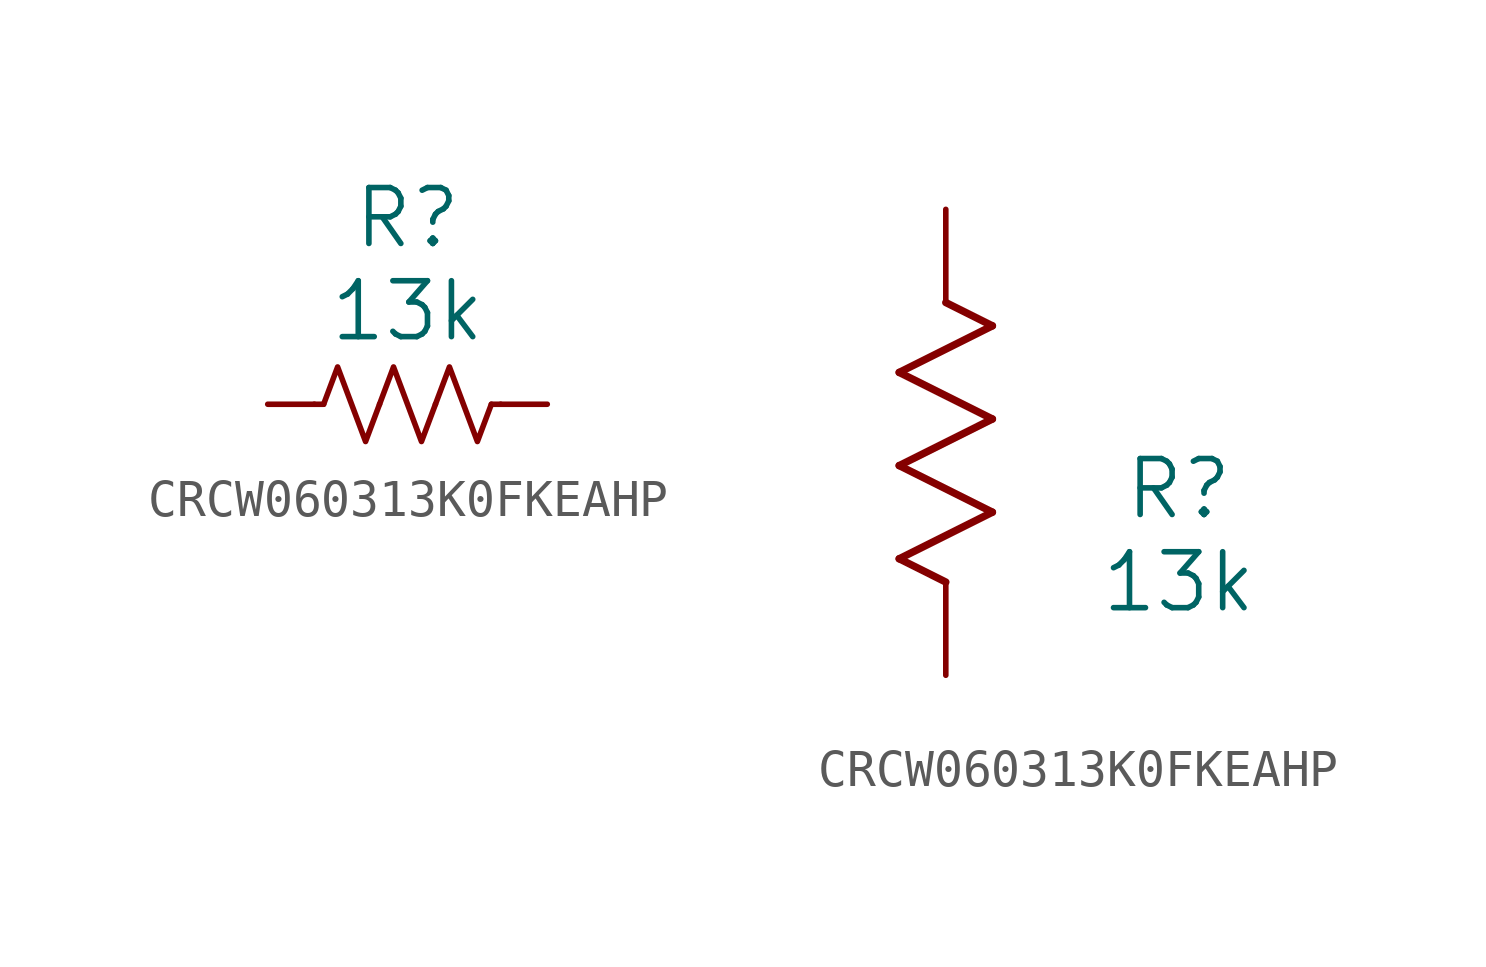
<source format=kicad_sym>
(kicad_symbol_lib
  (version 20220914)
  (generator kicad_symbol_editor)
  (symbol "CRCW060313K0FKEAHP"
    (pin_numbers hide)
    (pin_names
      (offset 0.254) hide)
    (property "Reference" "R"
      (at 6.35 5.08 0)
      (effects (font (size 1.524 1.524))))
    (property "Value" "13k"
      (at 6.35 2.54 0)
      (effects (font (size 1.524 1.524))))
    (symbol "CRCW060313K0FKEAHP_0_1"
      (polyline (pts (xy 4.064 0) (xy 3.81 0)) (stroke (width 0) (type default)) (fill (type none)))
      (polyline (pts (xy 8.636 0) (xy 8.89 0)) (stroke (width 0) (type default)) (fill (type none)))
      (polyline (pts (xy 4.064 0) (xy 4.445 1.016) (xy 4.826 0) (xy 5.207 -1.016) (xy 5.588 0)) (stroke (width 0) (type default)) (fill (type none)))
      (polyline (pts (xy 5.588 0) (xy 5.969 1.016) (xy 6.35 0) (xy 6.731 -1.016) (xy 7.112 0)) (stroke (width 0) (type default)) (fill (type none)))
      (polyline (pts (xy 7.112 0) (xy 7.493 1.016) (xy 7.874 0) (xy 8.255 -1.016) (xy 8.636 0)) (stroke (width 0) (type default)) (fill (type none))))
    (symbol "CRCW060313K0FKEAHP_1_1"
      (pin passive line (at 2.54 0 0) (length 1.27) (name "" (effects (font (size 1.27 1.27)))) (number "1" (effects (font (size 1.27 1.27)))))
      (pin passive line (at 10.16 0 180) (length 1.27) (name "" (effects (font (size 1.27 1.27)))) (number "2" (effects (font (size 1.27 1.27))))))
    (symbol "CRCW060313K0FKEAHP_1_2"
      (polyline (pts (xy -1.27 3.175) (xy 1.27 4.445)) (stroke (width 0.203) (type default)) (fill (type none)))
      (polyline (pts (xy -1.27 5.715) (xy 1.27 6.985)) (stroke (width 0.203) (type default)) (fill (type none)))
      (polyline (pts (xy -1.27 8.255) (xy 1.27 9.525)) (stroke (width 0.203) (type default)) (fill (type none)))
      (polyline (pts (xy 0 2.54) (xy -1.27 3.175)) (stroke (width 0.203) (type default)) (fill (type none)))
      (polyline (pts (xy 1.27 4.445) (xy -1.27 5.715)) (stroke (width 0.203) (type default)) (fill (type none)))
      (polyline (pts (xy 1.27 6.985) (xy -1.27 8.255)) (stroke (width 0.203) (type default)) (fill (type none)))
      (polyline (pts (xy 1.27 9.525) (xy 0 10.16)) (stroke (width 0.203) (type default)) (fill (type none)))
      (pin unspecified line (at 0 12.7 270) (length 2.54) (name "" (effects (font (size 1.27 1.27)))) (number "1" (effects (font (size 1.27 1.27)))))
      (pin unspecified line (at 0 0 90) (length 2.54) (name "" (effects (font (size 1.27 1.27)))) (number "2" (effects (font (size 1.27 1.27))))))))
</source>
